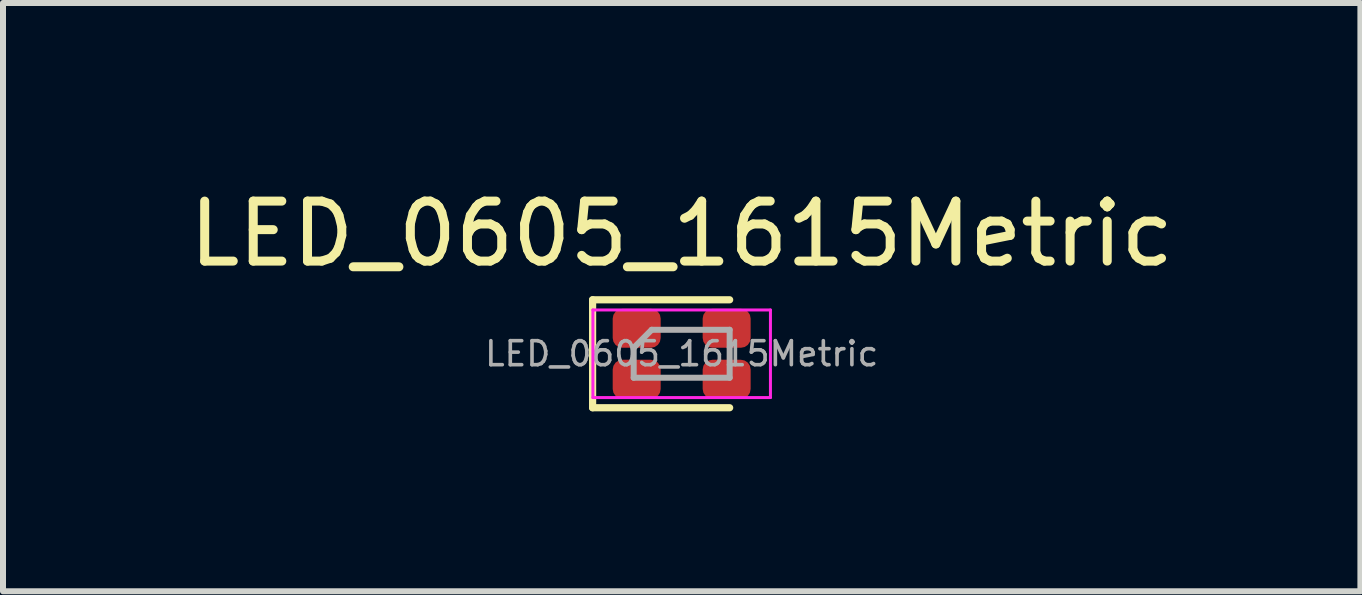
<source format=kicad_pcb>
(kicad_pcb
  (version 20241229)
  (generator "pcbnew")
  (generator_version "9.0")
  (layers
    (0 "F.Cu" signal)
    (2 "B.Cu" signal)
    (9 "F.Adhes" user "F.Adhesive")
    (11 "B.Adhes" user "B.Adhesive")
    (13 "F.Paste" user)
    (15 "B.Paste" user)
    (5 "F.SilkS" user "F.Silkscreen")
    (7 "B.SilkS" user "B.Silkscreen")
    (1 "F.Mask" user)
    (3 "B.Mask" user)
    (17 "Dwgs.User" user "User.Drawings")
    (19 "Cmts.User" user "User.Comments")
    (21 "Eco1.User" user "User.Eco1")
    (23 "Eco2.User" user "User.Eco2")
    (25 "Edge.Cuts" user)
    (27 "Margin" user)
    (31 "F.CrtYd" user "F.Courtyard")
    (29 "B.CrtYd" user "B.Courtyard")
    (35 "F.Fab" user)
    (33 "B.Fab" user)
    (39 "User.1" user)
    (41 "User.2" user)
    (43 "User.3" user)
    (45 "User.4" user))
  (footprint "LED_0605_1615Metric"
    (layer "F.Cu")
    (at 8.315 2.848)
    (property "Reference" "LED_0605_1615Metric" (at 0 -2 0) (layer "F.SilkS") (effects (font (size 1 1) (thickness 0.15))))
    (attr smd)
    (fp_line (start -1.485 -0.9) (end -1.485 0.9) (stroke (width 0.12) (type solid)) (layer "F.SilkS"))
    (fp_line (start -1.485 0.9) (end 0.8 0.9) (stroke (width 0.12) (type solid)) (layer "F.SilkS"))
    (fp_line (start 0.8 -0.9) (end -1.485 -0.9) (stroke (width 0.12) (type solid)) (layer "F.SilkS"))
    (fp_line (start -1.48 -0.73) (end 1.48 -0.73) (stroke (width 0.05) (type solid)) (layer "F.CrtYd"))
    (fp_line (start -1.48 0.73) (end -1.48 -0.73) (stroke (width 0.05) (type solid)) (layer "F.CrtYd"))
    (fp_line (start 1.48 -0.73) (end 1.48 0.73) (stroke (width 0.05) (type solid)) (layer "F.CrtYd"))
    (fp_line (start 1.48 0.73) (end -1.48 0.73) (stroke (width 0.05) (type solid)) (layer "F.CrtYd"))
    (fp_line (start -0.8 -0.1) (end -0.8 0.4) (stroke (width 0.1) (type solid)) (layer "F.Fab"))
    (fp_line (start -0.8 0.4) (end 0.8 0.4) (stroke (width 0.1) (type solid)) (layer "F.Fab"))
    (fp_line (start -0.5 -0.4) (end -0.8 -0.1) (stroke (width 0.1) (type solid)) (layer "F.Fab"))
    (fp_line (start 0.8 -0.4) (end -0.5 -0.4) (stroke (width 0.1) (type solid)) (layer "F.Fab"))
    (fp_line (start 0.8 0.4) (end 0.8 -0.4) (stroke (width 0.1) (type solid)) (layer "F.Fab"))
    (fp_text user "${REFERENCE}" (at 0 0 0) (layer "F.Fab") (effects (font (size 0.4 0.4) (thickness 0.06))))
    (pad "1" smd roundrect (at -0.75 -0.425) (size 0.8 0.65) (layers "F.Cu" "F.Mask" "F.Paste") (roundrect_rratio 0.25))
    (pad "2" smd roundrect (at 0.75 -0.425) (size 0.8 0.65) (layers "F.Cu" "F.Mask" "F.Paste") (roundrect_rratio 0.25))
    (pad "3" smd roundrect (at -0.75 0.425 180) (size 0.8 0.65) (layers "F.Cu" "F.Mask" "F.Paste") (roundrect_rratio 0.25))
    (pad "4" smd roundrect (at 0.75 0.425 180) (size 0.8 0.65) (layers "F.Cu" "F.Mask" "F.Paste") (roundrect_rratio 0.25)))
  (gr_rect
    (start -3 -3)
    (end 19.631 6.808)
    (stroke (width 0.1) (type default))
    (fill no)
    (layer "Edge.Cuts")))
</source>
